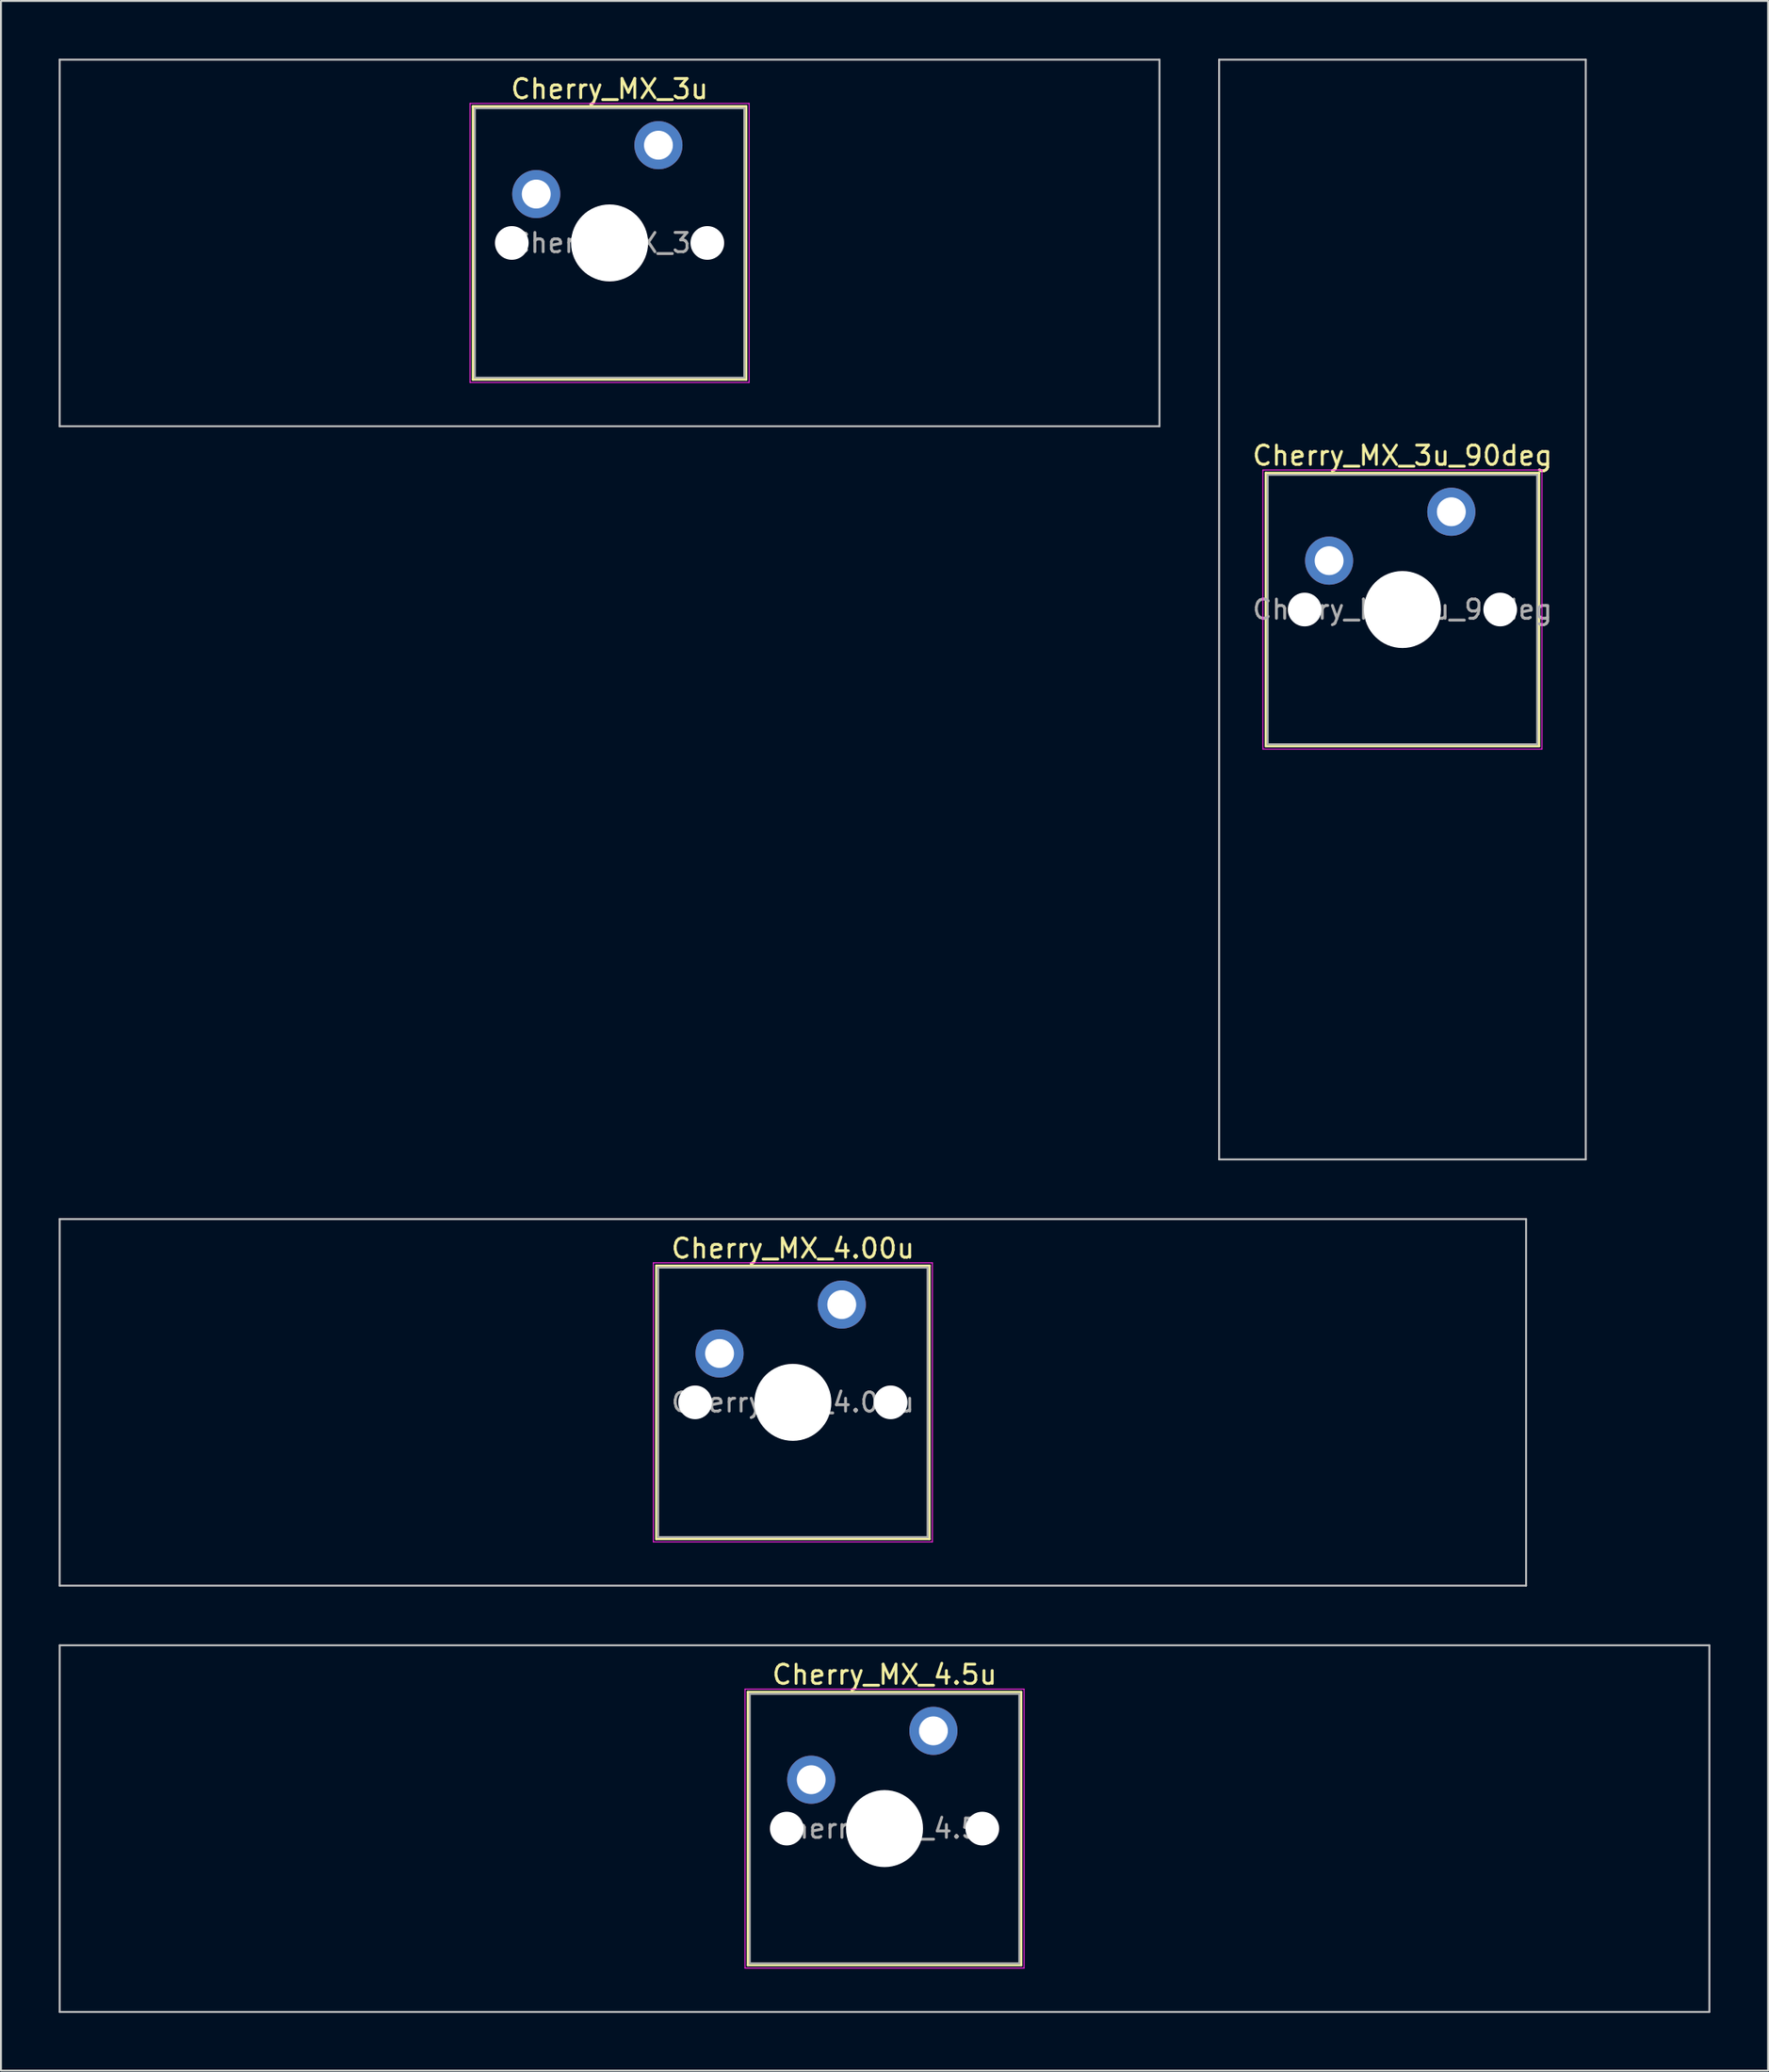
<source format=kicad_pcb>
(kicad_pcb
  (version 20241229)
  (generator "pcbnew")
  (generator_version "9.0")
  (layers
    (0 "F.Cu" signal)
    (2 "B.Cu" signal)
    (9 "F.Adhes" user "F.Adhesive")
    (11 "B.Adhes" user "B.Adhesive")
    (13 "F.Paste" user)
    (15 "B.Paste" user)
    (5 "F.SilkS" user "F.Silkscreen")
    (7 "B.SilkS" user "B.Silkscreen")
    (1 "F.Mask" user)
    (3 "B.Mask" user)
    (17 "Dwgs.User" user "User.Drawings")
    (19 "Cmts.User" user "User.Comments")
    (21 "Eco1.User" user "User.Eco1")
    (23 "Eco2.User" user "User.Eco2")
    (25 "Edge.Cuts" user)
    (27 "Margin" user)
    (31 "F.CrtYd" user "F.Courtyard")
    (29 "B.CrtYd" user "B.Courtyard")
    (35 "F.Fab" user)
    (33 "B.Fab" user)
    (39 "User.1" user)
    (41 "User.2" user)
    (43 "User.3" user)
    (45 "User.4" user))
  (footprint "Cherry_MX_4.5u"
    (layer "F.Cu")
    (at 42.913 91.975)
    (property "Reference" "Cherry_MX_4.5u" (at 0 -8 0) (layer "F.SilkS") (effects (font (size 1 1) (thickness 0.15))))
    (attr through_hole)
    (fp_line (start -7.1 -7.1) (end -7.1 7.1) (stroke (width 0.12) (type solid)) (layer "F.SilkS"))
    (fp_line (start -7.1 7.1) (end 7.1 7.1) (stroke (width 0.12) (type solid)) (layer "F.SilkS"))
    (fp_line (start 7.1 -7.1) (end -7.1 -7.1) (stroke (width 0.12) (type solid)) (layer "F.SilkS"))
    (fp_line (start 7.1 7.1) (end 7.1 -7.1) (stroke (width 0.12) (type solid)) (layer "F.SilkS"))
    (fp_line (start -42.862 -9.525) (end -42.862 9.525) (stroke (width 0.1) (type solid)) (layer "Dwgs.User"))
    (fp_line (start -42.862 9.525) (end 42.862 9.525) (stroke (width 0.1) (type solid)) (layer "Dwgs.User"))
    (fp_line (start 42.862 -9.525) (end -42.862 -9.525) (stroke (width 0.1) (type solid)) (layer "Dwgs.User"))
    (fp_line (start 42.862 9.525) (end 42.862 -9.525) (stroke (width 0.1) (type solid)) (layer "Dwgs.User"))
    (fp_line (start -7 -7) (end -7 7) (stroke (width 0.1) (type solid)) (layer "Eco1.User"))
    (fp_line (start -7 7) (end 7 7) (stroke (width 0.1) (type solid)) (layer "Eco1.User"))
    (fp_line (start 7 -7) (end -7 -7) (stroke (width 0.1) (type solid)) (layer "Eco1.User"))
    (fp_line (start 7 7) (end 7 -7) (stroke (width 0.1) (type solid)) (layer "Eco1.User"))
    (fp_line (start -7.25 -7.25) (end -7.25 7.25) (stroke (width 0.05) (type solid)) (layer "F.CrtYd"))
    (fp_line (start -7.25 7.25) (end 7.25 7.25) (stroke (width 0.05) (type solid)) (layer "F.CrtYd"))
    (fp_line (start 7.25 -7.25) (end -7.25 -7.25) (stroke (width 0.05) (type solid)) (layer "F.CrtYd"))
    (fp_line (start 7.25 7.25) (end 7.25 -7.25) (stroke (width 0.05) (type solid)) (layer "F.CrtYd"))
    (fp_line (start -7 -7) (end -7 7) (stroke (width 0.1) (type solid)) (layer "F.Fab"))
    (fp_line (start -7 7) (end 7 7) (stroke (width 0.1) (type solid)) (layer "F.Fab"))
    (fp_line (start 7 -7) (end -7 -7) (stroke (width 0.1) (type solid)) (layer "F.Fab"))
    (fp_line (start 7 7) (end 7 -7) (stroke (width 0.1) (type solid)) (layer "F.Fab"))
    (fp_text user "${REFERENCE}" (at 0 0 0) (layer "F.Fab") (effects (font (size 1 1) (thickness 0.15))))
    (pad "" np_thru_hole circle (at -5.08 0) (size 1.75 1.75) (drill 1.75) (layers "*.Cu" "*.Mask"))
    (pad "" np_thru_hole circle (at 0 0) (size 4 4) (drill 4) (layers "*.Cu" "*.Mask"))
    (pad "" np_thru_hole circle (at 5.08 0) (size 1.75 1.75) (drill 1.75) (layers "*.Cu" "*.Mask"))
    (pad "1" thru_hole circle (at -3.81 -2.54) (size 2.5 2.5) (drill 1.5) (layers "*.Cu" "*.Mask"))
    (pad "2" thru_hole circle (at 2.54 -5.08) (size 2.5 2.5) (drill 1.5) (layers "*.Cu" "*.Mask")))
  (footprint "Cherry_MX_3u_90deg"
    (layer "F.Cu")
    (at 69.825 28.625)
    (property "Reference" "Cherry_MX_3u_90deg" (at 0 -8 0) (layer "F.SilkS") (effects (font (size 1 1) (thickness 0.15))))
    (attr through_hole)
    (fp_line (start -7.1 -7.1) (end -7.1 7.1) (stroke (width 0.12) (type solid)) (layer "F.SilkS"))
    (fp_line (start -7.1 7.1) (end 7.1 7.1) (stroke (width 0.12) (type solid)) (layer "F.SilkS"))
    (fp_line (start 7.1 -7.1) (end -7.1 -7.1) (stroke (width 0.12) (type solid)) (layer "F.SilkS"))
    (fp_line (start 7.1 7.1) (end 7.1 -7.1) (stroke (width 0.12) (type solid)) (layer "F.SilkS"))
    (fp_line (start -9.525 -28.575) (end 9.525 -28.575) (stroke (width 0.1) (type solid)) (layer "Dwgs.User"))
    (fp_line (start -9.525 28.575) (end -9.525 -28.575) (stroke (width 0.1) (type solid)) (layer "Dwgs.User"))
    (fp_line (start 9.525 -28.575) (end 9.525 28.575) (stroke (width 0.1) (type solid)) (layer "Dwgs.User"))
    (fp_line (start 9.525 28.575) (end -9.525 28.575) (stroke (width 0.1) (type solid)) (layer "Dwgs.User"))
    (fp_line (start -7 -7) (end -7 7) (stroke (width 0.1) (type solid)) (layer "Eco1.User"))
    (fp_line (start -7 7) (end 7 7) (stroke (width 0.1) (type solid)) (layer "Eco1.User"))
    (fp_line (start 7 -7) (end -7 -7) (stroke (width 0.1) (type solid)) (layer "Eco1.User"))
    (fp_line (start 7 7) (end 7 -7) (stroke (width 0.1) (type solid)) (layer "Eco1.User"))
    (fp_line (start -7.25 -7.25) (end -7.25 7.25) (stroke (width 0.05) (type solid)) (layer "F.CrtYd"))
    (fp_line (start -7.25 7.25) (end 7.25 7.25) (stroke (width 0.05) (type solid)) (layer "F.CrtYd"))
    (fp_line (start 7.25 -7.25) (end -7.25 -7.25) (stroke (width 0.05) (type solid)) (layer "F.CrtYd"))
    (fp_line (start 7.25 7.25) (end 7.25 -7.25) (stroke (width 0.05) (type solid)) (layer "F.CrtYd"))
    (fp_line (start -7 -7) (end -7 7) (stroke (width 0.1) (type solid)) (layer "F.Fab"))
    (fp_line (start -7 7) (end 7 7) (stroke (width 0.1) (type solid)) (layer "F.Fab"))
    (fp_line (start 7 -7) (end -7 -7) (stroke (width 0.1) (type solid)) (layer "F.Fab"))
    (fp_line (start 7 7) (end 7 -7) (stroke (width 0.1) (type solid)) (layer "F.Fab"))
    (fp_text user "${REFERENCE}" (at 0 0 0) (layer "F.Fab") (effects (font (size 1 1) (thickness 0.15))))
    (pad "" np_thru_hole circle (at -5.08 0) (size 1.75 1.75) (drill 1.75) (layers "*.Cu" "*.Mask"))
    (pad "" np_thru_hole circle (at 0 0) (size 4 4) (drill 4) (layers "*.Cu" "*.Mask"))
    (pad "" np_thru_hole circle (at 5.08 0) (size 1.75 1.75) (drill 1.75) (layers "*.Cu" "*.Mask"))
    (pad "1" thru_hole circle (at -3.81 -2.54) (size 2.5 2.5) (drill 1.5) (layers "*.Cu" "*.Mask"))
    (pad "2" thru_hole circle (at 2.54 -5.08) (size 2.5 2.5) (drill 1.5) (layers "*.Cu" "*.Mask")))
  (footprint "Cherry_MX_3u"
    (layer "F.Cu")
    (at 28.625 9.575)
    (property "Reference" "Cherry_MX_3u" (at 0 -8 0) (layer "F.SilkS") (effects (font (size 1 1) (thickness 0.15))))
    (attr through_hole)
    (fp_line (start -7.1 -7.1) (end -7.1 7.1) (stroke (width 0.12) (type solid)) (layer "F.SilkS"))
    (fp_line (start -7.1 7.1) (end 7.1 7.1) (stroke (width 0.12) (type solid)) (layer "F.SilkS"))
    (fp_line (start 7.1 -7.1) (end -7.1 -7.1) (stroke (width 0.12) (type solid)) (layer "F.SilkS"))
    (fp_line (start 7.1 7.1) (end 7.1 -7.1) (stroke (width 0.12) (type solid)) (layer "F.SilkS"))
    (fp_line (start -28.575 -9.525) (end -28.575 9.525) (stroke (width 0.1) (type solid)) (layer "Dwgs.User"))
    (fp_line (start -28.575 9.525) (end 28.575 9.525) (stroke (width 0.1) (type solid)) (layer "Dwgs.User"))
    (fp_line (start 28.575 -9.525) (end -28.575 -9.525) (stroke (width 0.1) (type solid)) (layer "Dwgs.User"))
    (fp_line (start 28.575 9.525) (end 28.575 -9.525) (stroke (width 0.1) (type solid)) (layer "Dwgs.User"))
    (fp_line (start -7 -7) (end -7 7) (stroke (width 0.1) (type solid)) (layer "Eco1.User"))
    (fp_line (start -7 7) (end 7 7) (stroke (width 0.1) (type solid)) (layer "Eco1.User"))
    (fp_line (start 7 -7) (end -7 -7) (stroke (width 0.1) (type solid)) (layer "Eco1.User"))
    (fp_line (start 7 7) (end 7 -7) (stroke (width 0.1) (type solid)) (layer "Eco1.User"))
    (fp_line (start -7.25 -7.25) (end -7.25 7.25) (stroke (width 0.05) (type solid)) (layer "F.CrtYd"))
    (fp_line (start -7.25 7.25) (end 7.25 7.25) (stroke (width 0.05) (type solid)) (layer "F.CrtYd"))
    (fp_line (start 7.25 -7.25) (end -7.25 -7.25) (stroke (width 0.05) (type solid)) (layer "F.CrtYd"))
    (fp_line (start 7.25 7.25) (end 7.25 -7.25) (stroke (width 0.05) (type solid)) (layer "F.CrtYd"))
    (fp_line (start -7 -7) (end -7 7) (stroke (width 0.1) (type solid)) (layer "F.Fab"))
    (fp_line (start -7 7) (end 7 7) (stroke (width 0.1) (type solid)) (layer "F.Fab"))
    (fp_line (start 7 -7) (end -7 -7) (stroke (width 0.1) (type solid)) (layer "F.Fab"))
    (fp_line (start 7 7) (end 7 -7) (stroke (width 0.1) (type solid)) (layer "F.Fab"))
    (fp_text user "${REFERENCE}" (at 0 0 0) (layer "F.Fab") (effects (font (size 1 1) (thickness 0.15))))
    (pad "" np_thru_hole circle (at -5.08 0) (size 1.75 1.75) (drill 1.75) (layers "*.Cu" "*.Mask"))
    (pad "" np_thru_hole circle (at 0 0) (size 4 4) (drill 4) (layers "*.Cu" "*.Mask"))
    (pad "" np_thru_hole circle (at 5.08 0) (size 1.75 1.75) (drill 1.75) (layers "*.Cu" "*.Mask"))
    (pad "1" thru_hole circle (at -3.81 -2.54) (size 2.5 2.5) (drill 1.5) (layers "*.Cu" "*.Mask"))
    (pad "2" thru_hole circle (at 2.54 -5.08) (size 2.5 2.5) (drill 1.5) (layers "*.Cu" "*.Mask")))
  (footprint "Cherry_MX_4.00u"
    (layer "F.Cu")
    (at 38.15 69.825)
    (property "Reference" "Cherry_MX_4.00u" (at 0 -8 0) (layer "F.SilkS") (effects (font (size 1 1) (thickness 0.15))))
    (attr through_hole)
    (fp_line (start -7.1 -7.1) (end -7.1 7.1) (stroke (width 0.12) (type solid)) (layer "F.SilkS"))
    (fp_line (start -7.1 7.1) (end 7.1 7.1) (stroke (width 0.12) (type solid)) (layer "F.SilkS"))
    (fp_line (start 7.1 -7.1) (end -7.1 -7.1) (stroke (width 0.12) (type solid)) (layer "F.SilkS"))
    (fp_line (start 7.1 7.1) (end 7.1 -7.1) (stroke (width 0.12) (type solid)) (layer "F.SilkS"))
    (fp_line (start -38.1 -9.525) (end -38.1 9.525) (stroke (width 0.1) (type solid)) (layer "Dwgs.User"))
    (fp_line (start -38.1 9.525) (end 38.1 9.525) (stroke (width 0.1) (type solid)) (layer "Dwgs.User"))
    (fp_line (start 38.1 -9.525) (end -38.1 -9.525) (stroke (width 0.1) (type solid)) (layer "Dwgs.User"))
    (fp_line (start 38.1 9.525) (end 38.1 -9.525) (stroke (width 0.1) (type solid)) (layer "Dwgs.User"))
    (fp_line (start -7 -7) (end -7 7) (stroke (width 0.1) (type solid)) (layer "Eco1.User"))
    (fp_line (start -7 7) (end 7 7) (stroke (width 0.1) (type solid)) (layer "Eco1.User"))
    (fp_line (start 7 -7) (end -7 -7) (stroke (width 0.1) (type solid)) (layer "Eco1.User"))
    (fp_line (start 7 7) (end 7 -7) (stroke (width 0.1) (type solid)) (layer "Eco1.User"))
    (fp_line (start -7.25 -7.25) (end -7.25 7.25) (stroke (width 0.05) (type solid)) (layer "F.CrtYd"))
    (fp_line (start -7.25 7.25) (end 7.25 7.25) (stroke (width 0.05) (type solid)) (layer "F.CrtYd"))
    (fp_line (start 7.25 -7.25) (end -7.25 -7.25) (stroke (width 0.05) (type solid)) (layer "F.CrtYd"))
    (fp_line (start 7.25 7.25) (end 7.25 -7.25) (stroke (width 0.05) (type solid)) (layer "F.CrtYd"))
    (fp_line (start -7 -7) (end -7 7) (stroke (width 0.1) (type solid)) (layer "F.Fab"))
    (fp_line (start -7 7) (end 7 7) (stroke (width 0.1) (type solid)) (layer "F.Fab"))
    (fp_line (start 7 -7) (end -7 -7) (stroke (width 0.1) (type solid)) (layer "F.Fab"))
    (fp_line (start 7 7) (end 7 -7) (stroke (width 0.1) (type solid)) (layer "F.Fab"))
    (fp_text user "${REFERENCE}" (at 0 0 0) (layer "F.Fab") (effects (font (size 1 1) (thickness 0.15))))
    (pad "" np_thru_hole circle (at -5.08 0) (size 1.75 1.75) (drill 1.75) (layers "*.Cu" "*.Mask"))
    (pad "" np_thru_hole circle (at 0 0) (size 4 4) (drill 4) (layers "*.Cu" "*.Mask"))
    (pad "" np_thru_hole circle (at 5.08 0) (size 1.75 1.75) (drill 1.75) (layers "*.Cu" "*.Mask"))
    (pad "1" thru_hole circle (at -3.81 -2.54) (size 2.5 2.5) (drill 1.5) (layers "*.Cu" "*.Mask"))
    (pad "2" thru_hole circle (at 2.54 -5.08) (size 2.5 2.5) (drill 1.5) (layers "*.Cu" "*.Mask")))
  (gr_rect
    (start -3 -3)
    (end 88.825 104.55)
    (stroke (width 0.1) (type default))
    (fill no)
    (layer "Edge.Cuts")))
</source>
